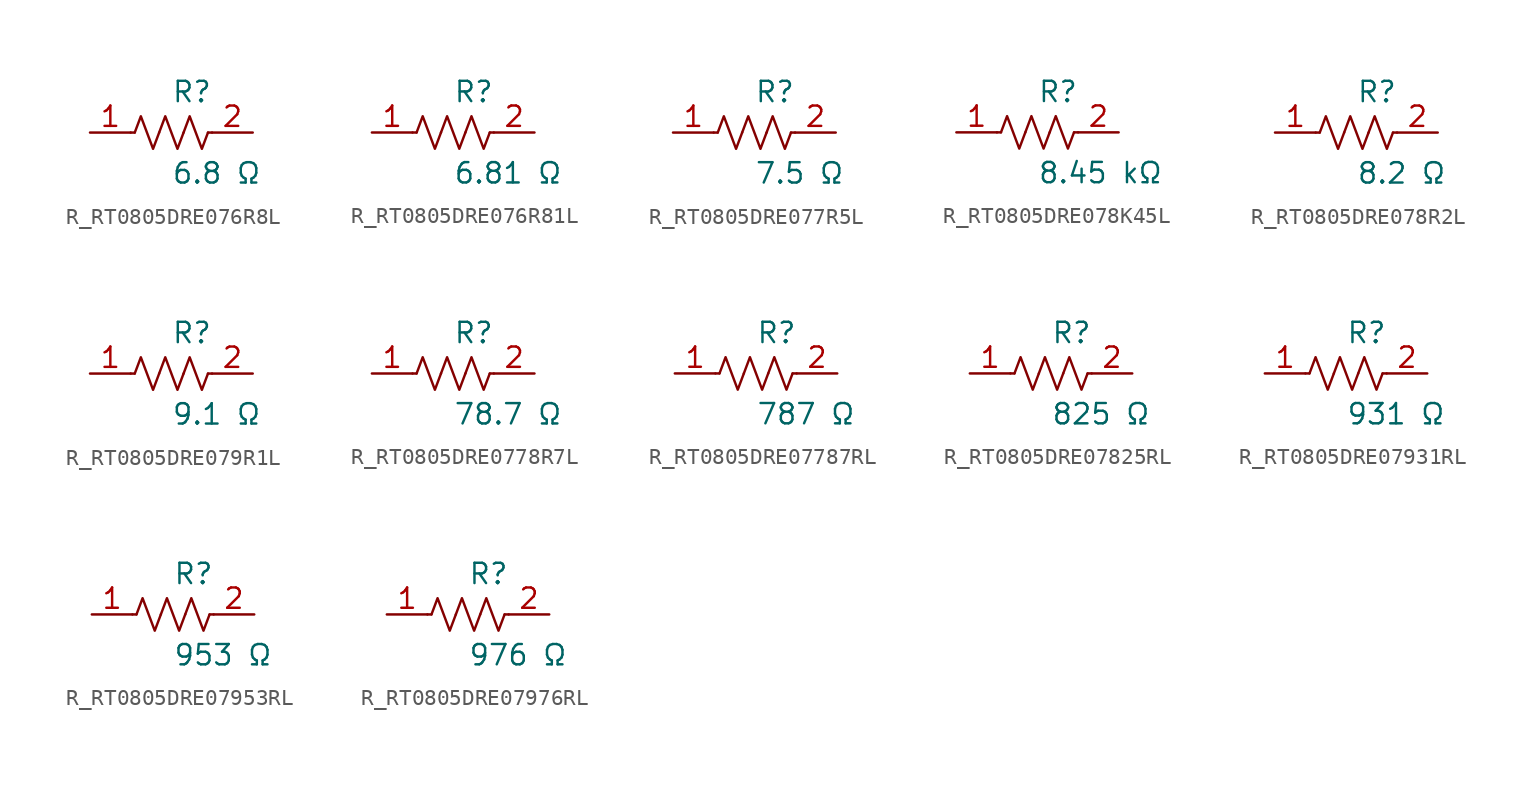
<source format=kicad_sym>
(kicad_symbol_lib
  (version 20231120)
  (generator kicad_symbol_editor)
  (generator_version 8.0)
  (symbol "R_RT0805DRE076R8L"
    (pin_names
      (offset 0.254))
    (property "Reference" "R"
      (at 0.0 2.54 0)
      (effects (font (size 1.27 1.27)) (justify left)))
    (property "Value" "6.8 Ω"
      (at 0.0 -2.54 0)
      (effects (font (size 1.27 1.27)) (justify left)))
    (symbol "R_RT0805DRE076R8L_0_1"
      (polyline (pts (xy 2.286 0) (xy 2.54 0)) (stroke (width 0) (type default)) (fill (type none)))
      (polyline (pts (xy -2.286 0) (xy -2.54 0)) (stroke (width 0) (type default)) (fill (type none)))
      (polyline (pts (xy 0.762 0) (xy 1.143 1.016) (xy 1.524 0) (xy 1.905 -1.016) (xy 2.286 0)) (stroke (width 0) (type default)) (fill (type none)))
      (polyline (pts (xy -0.762 0) (xy -0.381 1.016) (xy 0 0) (xy 0.381 -1.016) (xy 0.762 0)) (stroke (width 0) (type default)) (fill (type none)))
      (polyline (pts (xy -2.286 0) (xy -1.905 1.016) (xy -1.524 0) (xy -1.143 -1.016) (xy -0.762 0)) (stroke (width 0) (type default)) (fill (type none))))
    (pin unspecified line
      (at -5.08 0 0)
      (length 2.54)
      (name "" (effects (font (size 1.27 1.27))))
      (number "1" (effects (font (size 1.27 1.27)))))
    (pin unspecified line
      (at 5.08 0 180)
      (length 2.54)
      (name "" (effects (font (size 1.27 1.27))))
      (number "2" (effects (font (size 1.27 1.27))))))
  (symbol "R_RT0805DRE076R81L"
    (pin_names
      (offset 0.254))
    (property "Reference" "R"
      (at 0.0 2.54 0)
      (effects (font (size 1.27 1.27)) (justify left)))
    (property "Value" "6.81 Ω"
      (at 0.0 -2.54 0)
      (effects (font (size 1.27 1.27)) (justify left)))
    (symbol "R_RT0805DRE076R81L_0_1"
      (polyline (pts (xy 2.286 0) (xy 2.54 0)) (stroke (width 0) (type default)) (fill (type none)))
      (polyline (pts (xy -2.286 0) (xy -2.54 0)) (stroke (width 0) (type default)) (fill (type none)))
      (polyline (pts (xy 0.762 0) (xy 1.143 1.016) (xy 1.524 0) (xy 1.905 -1.016) (xy 2.286 0)) (stroke (width 0) (type default)) (fill (type none)))
      (polyline (pts (xy -0.762 0) (xy -0.381 1.016) (xy 0 0) (xy 0.381 -1.016) (xy 0.762 0)) (stroke (width 0) (type default)) (fill (type none)))
      (polyline (pts (xy -2.286 0) (xy -1.905 1.016) (xy -1.524 0) (xy -1.143 -1.016) (xy -0.762 0)) (stroke (width 0) (type default)) (fill (type none))))
    (pin unspecified line
      (at -5.08 0 0)
      (length 2.54)
      (name "" (effects (font (size 1.27 1.27))))
      (number "1" (effects (font (size 1.27 1.27)))))
    (pin unspecified line
      (at 5.08 0 180)
      (length 2.54)
      (name "" (effects (font (size 1.27 1.27))))
      (number "2" (effects (font (size 1.27 1.27))))))
  (symbol "R_RT0805DRE077R5L"
    (pin_names
      (offset 0.254))
    (property "Reference" "R"
      (at 0.0 2.54 0)
      (effects (font (size 1.27 1.27)) (justify left)))
    (property "Value" "7.5 Ω"
      (at 0.0 -2.54 0)
      (effects (font (size 1.27 1.27)) (justify left)))
    (symbol "R_RT0805DRE077R5L_0_1"
      (polyline (pts (xy 2.286 0) (xy 2.54 0)) (stroke (width 0) (type default)) (fill (type none)))
      (polyline (pts (xy -2.286 0) (xy -2.54 0)) (stroke (width 0) (type default)) (fill (type none)))
      (polyline (pts (xy 0.762 0) (xy 1.143 1.016) (xy 1.524 0) (xy 1.905 -1.016) (xy 2.286 0)) (stroke (width 0) (type default)) (fill (type none)))
      (polyline (pts (xy -0.762 0) (xy -0.381 1.016) (xy 0 0) (xy 0.381 -1.016) (xy 0.762 0)) (stroke (width 0) (type default)) (fill (type none)))
      (polyline (pts (xy -2.286 0) (xy -1.905 1.016) (xy -1.524 0) (xy -1.143 -1.016) (xy -0.762 0)) (stroke (width 0) (type default)) (fill (type none))))
    (pin unspecified line
      (at -5.08 0 0)
      (length 2.54)
      (name "" (effects (font (size 1.27 1.27))))
      (number "1" (effects (font (size 1.27 1.27)))))
    (pin unspecified line
      (at 5.08 0 180)
      (length 2.54)
      (name "" (effects (font (size 1.27 1.27))))
      (number "2" (effects (font (size 1.27 1.27))))))
  (symbol "R_RT0805DRE078K45L"
    (pin_names
      (offset 0.254))
    (property "Reference" "R"
      (at 0.0 2.54 0)
      (effects (font (size 1.27 1.27)) (justify left)))
    (property "Value" "8.45 kΩ"
      (at 0.0 -2.54 0)
      (effects (font (size 1.27 1.27)) (justify left)))
    (symbol "R_RT0805DRE078K45L_0_1"
      (polyline (pts (xy 2.286 0) (xy 2.54 0)) (stroke (width 0) (type default)) (fill (type none)))
      (polyline (pts (xy -2.286 0) (xy -2.54 0)) (stroke (width 0) (type default)) (fill (type none)))
      (polyline (pts (xy 0.762 0) (xy 1.143 1.016) (xy 1.524 0) (xy 1.905 -1.016) (xy 2.286 0)) (stroke (width 0) (type default)) (fill (type none)))
      (polyline (pts (xy -0.762 0) (xy -0.381 1.016) (xy 0 0) (xy 0.381 -1.016) (xy 0.762 0)) (stroke (width 0) (type default)) (fill (type none)))
      (polyline (pts (xy -2.286 0) (xy -1.905 1.016) (xy -1.524 0) (xy -1.143 -1.016) (xy -0.762 0)) (stroke (width 0) (type default)) (fill (type none))))
    (pin unspecified line
      (at -5.08 0 0)
      (length 2.54)
      (name "" (effects (font (size 1.27 1.27))))
      (number "1" (effects (font (size 1.27 1.27)))))
    (pin unspecified line
      (at 5.08 0 180)
      (length 2.54)
      (name "" (effects (font (size 1.27 1.27))))
      (number "2" (effects (font (size 1.27 1.27))))))
  (symbol "R_RT0805DRE078R2L"
    (pin_names
      (offset 0.254))
    (property "Reference" "R"
      (at 0.0 2.54 0)
      (effects (font (size 1.27 1.27)) (justify left)))
    (property "Value" "8.2 Ω"
      (at 0.0 -2.54 0)
      (effects (font (size 1.27 1.27)) (justify left)))
    (symbol "R_RT0805DRE078R2L_0_1"
      (polyline (pts (xy 2.286 0) (xy 2.54 0)) (stroke (width 0) (type default)) (fill (type none)))
      (polyline (pts (xy -2.286 0) (xy -2.54 0)) (stroke (width 0) (type default)) (fill (type none)))
      (polyline (pts (xy 0.762 0) (xy 1.143 1.016) (xy 1.524 0) (xy 1.905 -1.016) (xy 2.286 0)) (stroke (width 0) (type default)) (fill (type none)))
      (polyline (pts (xy -0.762 0) (xy -0.381 1.016) (xy 0 0) (xy 0.381 -1.016) (xy 0.762 0)) (stroke (width 0) (type default)) (fill (type none)))
      (polyline (pts (xy -2.286 0) (xy -1.905 1.016) (xy -1.524 0) (xy -1.143 -1.016) (xy -0.762 0)) (stroke (width 0) (type default)) (fill (type none))))
    (pin unspecified line
      (at -5.08 0 0)
      (length 2.54)
      (name "" (effects (font (size 1.27 1.27))))
      (number "1" (effects (font (size 1.27 1.27)))))
    (pin unspecified line
      (at 5.08 0 180)
      (length 2.54)
      (name "" (effects (font (size 1.27 1.27))))
      (number "2" (effects (font (size 1.27 1.27))))))
  (symbol "R_RT0805DRE079R1L"
    (pin_names
      (offset 0.254))
    (property "Reference" "R"
      (at 0.0 2.54 0)
      (effects (font (size 1.27 1.27)) (justify left)))
    (property "Value" "9.1 Ω"
      (at 0.0 -2.54 0)
      (effects (font (size 1.27 1.27)) (justify left)))
    (symbol "R_RT0805DRE079R1L_0_1"
      (polyline (pts (xy 2.286 0) (xy 2.54 0)) (stroke (width 0) (type default)) (fill (type none)))
      (polyline (pts (xy -2.286 0) (xy -2.54 0)) (stroke (width 0) (type default)) (fill (type none)))
      (polyline (pts (xy 0.762 0) (xy 1.143 1.016) (xy 1.524 0) (xy 1.905 -1.016) (xy 2.286 0)) (stroke (width 0) (type default)) (fill (type none)))
      (polyline (pts (xy -0.762 0) (xy -0.381 1.016) (xy 0 0) (xy 0.381 -1.016) (xy 0.762 0)) (stroke (width 0) (type default)) (fill (type none)))
      (polyline (pts (xy -2.286 0) (xy -1.905 1.016) (xy -1.524 0) (xy -1.143 -1.016) (xy -0.762 0)) (stroke (width 0) (type default)) (fill (type none))))
    (pin unspecified line
      (at -5.08 0 0)
      (length 2.54)
      (name "" (effects (font (size 1.27 1.27))))
      (number "1" (effects (font (size 1.27 1.27)))))
    (pin unspecified line
      (at 5.08 0 180)
      (length 2.54)
      (name "" (effects (font (size 1.27 1.27))))
      (number "2" (effects (font (size 1.27 1.27))))))
  (symbol "R_RT0805DRE0778R7L"
    (pin_names
      (offset 0.254))
    (property "Reference" "R"
      (at 0.0 2.54 0)
      (effects (font (size 1.27 1.27)) (justify left)))
    (property "Value" "78.7 Ω"
      (at 0.0 -2.54 0)
      (effects (font (size 1.27 1.27)) (justify left)))
    (symbol "R_RT0805DRE0778R7L_0_1"
      (polyline (pts (xy 2.286 0) (xy 2.54 0)) (stroke (width 0) (type default)) (fill (type none)))
      (polyline (pts (xy -2.286 0) (xy -2.54 0)) (stroke (width 0) (type default)) (fill (type none)))
      (polyline (pts (xy 0.762 0) (xy 1.143 1.016) (xy 1.524 0) (xy 1.905 -1.016) (xy 2.286 0)) (stroke (width 0) (type default)) (fill (type none)))
      (polyline (pts (xy -0.762 0) (xy -0.381 1.016) (xy 0 0) (xy 0.381 -1.016) (xy 0.762 0)) (stroke (width 0) (type default)) (fill (type none)))
      (polyline (pts (xy -2.286 0) (xy -1.905 1.016) (xy -1.524 0) (xy -1.143 -1.016) (xy -0.762 0)) (stroke (width 0) (type default)) (fill (type none))))
    (pin unspecified line
      (at -5.08 0 0)
      (length 2.54)
      (name "" (effects (font (size 1.27 1.27))))
      (number "1" (effects (font (size 1.27 1.27)))))
    (pin unspecified line
      (at 5.08 0 180)
      (length 2.54)
      (name "" (effects (font (size 1.27 1.27))))
      (number "2" (effects (font (size 1.27 1.27))))))
  (symbol "R_RT0805DRE07787RL"
    (pin_names
      (offset 0.254))
    (property "Reference" "R"
      (at 0.0 2.54 0)
      (effects (font (size 1.27 1.27)) (justify left)))
    (property "Value" "787 Ω"
      (at 0.0 -2.54 0)
      (effects (font (size 1.27 1.27)) (justify left)))
    (symbol "R_RT0805DRE07787RL_0_1"
      (polyline (pts (xy 2.286 0) (xy 2.54 0)) (stroke (width 0) (type default)) (fill (type none)))
      (polyline (pts (xy -2.286 0) (xy -2.54 0)) (stroke (width 0) (type default)) (fill (type none)))
      (polyline (pts (xy 0.762 0) (xy 1.143 1.016) (xy 1.524 0) (xy 1.905 -1.016) (xy 2.286 0)) (stroke (width 0) (type default)) (fill (type none)))
      (polyline (pts (xy -0.762 0) (xy -0.381 1.016) (xy 0 0) (xy 0.381 -1.016) (xy 0.762 0)) (stroke (width 0) (type default)) (fill (type none)))
      (polyline (pts (xy -2.286 0) (xy -1.905 1.016) (xy -1.524 0) (xy -1.143 -1.016) (xy -0.762 0)) (stroke (width 0) (type default)) (fill (type none))))
    (pin unspecified line
      (at -5.08 0 0)
      (length 2.54)
      (name "" (effects (font (size 1.27 1.27))))
      (number "1" (effects (font (size 1.27 1.27)))))
    (pin unspecified line
      (at 5.08 0 180)
      (length 2.54)
      (name "" (effects (font (size 1.27 1.27))))
      (number "2" (effects (font (size 1.27 1.27))))))
  (symbol "R_RT0805DRE07825RL"
    (pin_names
      (offset 0.254))
    (property "Reference" "R"
      (at 0.0 2.54 0)
      (effects (font (size 1.27 1.27)) (justify left)))
    (property "Value" "825 Ω"
      (at 0.0 -2.54 0)
      (effects (font (size 1.27 1.27)) (justify left)))
    (symbol "R_RT0805DRE07825RL_0_1"
      (polyline (pts (xy 2.286 0) (xy 2.54 0)) (stroke (width 0) (type default)) (fill (type none)))
      (polyline (pts (xy -2.286 0) (xy -2.54 0)) (stroke (width 0) (type default)) (fill (type none)))
      (polyline (pts (xy 0.762 0) (xy 1.143 1.016) (xy 1.524 0) (xy 1.905 -1.016) (xy 2.286 0)) (stroke (width 0) (type default)) (fill (type none)))
      (polyline (pts (xy -0.762 0) (xy -0.381 1.016) (xy 0 0) (xy 0.381 -1.016) (xy 0.762 0)) (stroke (width 0) (type default)) (fill (type none)))
      (polyline (pts (xy -2.286 0) (xy -1.905 1.016) (xy -1.524 0) (xy -1.143 -1.016) (xy -0.762 0)) (stroke (width 0) (type default)) (fill (type none))))
    (pin unspecified line
      (at -5.08 0 0)
      (length 2.54)
      (name "" (effects (font (size 1.27 1.27))))
      (number "1" (effects (font (size 1.27 1.27)))))
    (pin unspecified line
      (at 5.08 0 180)
      (length 2.54)
      (name "" (effects (font (size 1.27 1.27))))
      (number "2" (effects (font (size 1.27 1.27))))))
  (symbol "R_RT0805DRE07931RL"
    (pin_names
      (offset 0.254))
    (property "Reference" "R"
      (at 0.0 2.54 0)
      (effects (font (size 1.27 1.27)) (justify left)))
    (property "Value" "931 Ω"
      (at 0.0 -2.54 0)
      (effects (font (size 1.27 1.27)) (justify left)))
    (symbol "R_RT0805DRE07931RL_0_1"
      (polyline (pts (xy 2.286 0) (xy 2.54 0)) (stroke (width 0) (type default)) (fill (type none)))
      (polyline (pts (xy -2.286 0) (xy -2.54 0)) (stroke (width 0) (type default)) (fill (type none)))
      (polyline (pts (xy 0.762 0) (xy 1.143 1.016) (xy 1.524 0) (xy 1.905 -1.016) (xy 2.286 0)) (stroke (width 0) (type default)) (fill (type none)))
      (polyline (pts (xy -0.762 0) (xy -0.381 1.016) (xy 0 0) (xy 0.381 -1.016) (xy 0.762 0)) (stroke (width 0) (type default)) (fill (type none)))
      (polyline (pts (xy -2.286 0) (xy -1.905 1.016) (xy -1.524 0) (xy -1.143 -1.016) (xy -0.762 0)) (stroke (width 0) (type default)) (fill (type none))))
    (pin unspecified line
      (at -5.08 0 0)
      (length 2.54)
      (name "" (effects (font (size 1.27 1.27))))
      (number "1" (effects (font (size 1.27 1.27)))))
    (pin unspecified line
      (at 5.08 0 180)
      (length 2.54)
      (name "" (effects (font (size 1.27 1.27))))
      (number "2" (effects (font (size 1.27 1.27))))))
  (symbol "R_RT0805DRE07953RL"
    (pin_names
      (offset 0.254))
    (property "Reference" "R"
      (at 0.0 2.54 0)
      (effects (font (size 1.27 1.27)) (justify left)))
    (property "Value" "953 Ω"
      (at 0.0 -2.54 0)
      (effects (font (size 1.27 1.27)) (justify left)))
    (symbol "R_RT0805DRE07953RL_0_1"
      (polyline (pts (xy 2.286 0) (xy 2.54 0)) (stroke (width 0) (type default)) (fill (type none)))
      (polyline (pts (xy -2.286 0) (xy -2.54 0)) (stroke (width 0) (type default)) (fill (type none)))
      (polyline (pts (xy 0.762 0) (xy 1.143 1.016) (xy 1.524 0) (xy 1.905 -1.016) (xy 2.286 0)) (stroke (width 0) (type default)) (fill (type none)))
      (polyline (pts (xy -0.762 0) (xy -0.381 1.016) (xy 0 0) (xy 0.381 -1.016) (xy 0.762 0)) (stroke (width 0) (type default)) (fill (type none)))
      (polyline (pts (xy -2.286 0) (xy -1.905 1.016) (xy -1.524 0) (xy -1.143 -1.016) (xy -0.762 0)) (stroke (width 0) (type default)) (fill (type none))))
    (pin unspecified line
      (at -5.08 0 0)
      (length 2.54)
      (name "" (effects (font (size 1.27 1.27))))
      (number "1" (effects (font (size 1.27 1.27)))))
    (pin unspecified line
      (at 5.08 0 180)
      (length 2.54)
      (name "" (effects (font (size 1.27 1.27))))
      (number "2" (effects (font (size 1.27 1.27))))))
  (symbol "R_RT0805DRE07976RL"
    (pin_names
      (offset 0.254))
    (property "Reference" "R"
      (at 0.0 2.54 0)
      (effects (font (size 1.27 1.27)) (justify left)))
    (property "Value" "976 Ω"
      (at 0.0 -2.54 0)
      (effects (font (size 1.27 1.27)) (justify left)))
    (symbol "R_RT0805DRE07976RL_0_1"
      (polyline (pts (xy 2.286 0) (xy 2.54 0)) (stroke (width 0) (type default)) (fill (type none)))
      (polyline (pts (xy -2.286 0) (xy -2.54 0)) (stroke (width 0) (type default)) (fill (type none)))
      (polyline (pts (xy 0.762 0) (xy 1.143 1.016) (xy 1.524 0) (xy 1.905 -1.016) (xy 2.286 0)) (stroke (width 0) (type default)) (fill (type none)))
      (polyline (pts (xy -0.762 0) (xy -0.381 1.016) (xy 0 0) (xy 0.381 -1.016) (xy 0.762 0)) (stroke (width 0) (type default)) (fill (type none)))
      (polyline (pts (xy -2.286 0) (xy -1.905 1.016) (xy -1.524 0) (xy -1.143 -1.016) (xy -0.762 0)) (stroke (width 0) (type default)) (fill (type none))))
    (pin unspecified line
      (at -5.08 0 0)
      (length 2.54)
      (name "" (effects (font (size 1.27 1.27))))
      (number "1" (effects (font (size 1.27 1.27)))))
    (pin unspecified line
      (at 5.08 0 180)
      (length 2.54)
      (name "" (effects (font (size 1.27 1.27))))
      (number "2" (effects (font (size 1.27 1.27)))))))
</source>
